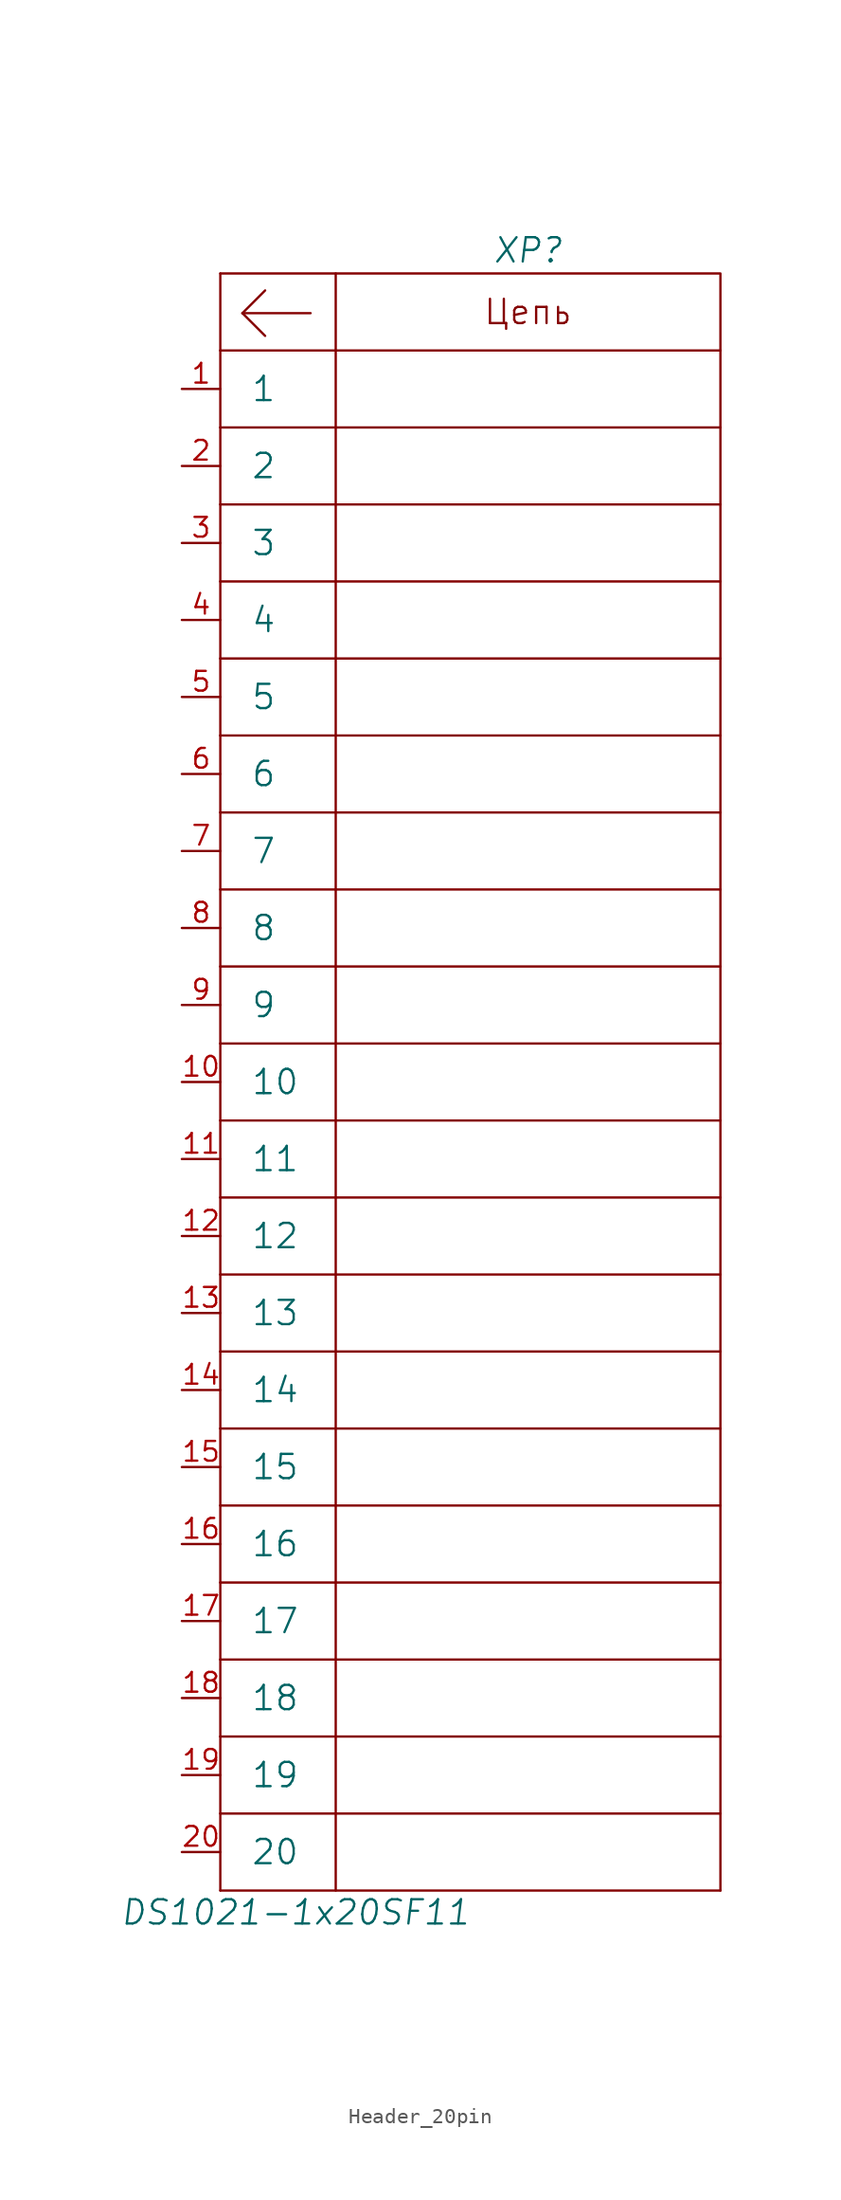
<source format=kicad_sym>
(kicad_symbol_lib
  (version 20231120)
  (generator "kicad_symbol_editor")
  (generator_version "8.0")
  (symbol "Header_20pin"
    (pin_names
      (offset 2))
    (property "Reference" "XP"
      (at 22.86 9.144 0)
      (effects (font (size 1.6 1.6) (italic yes))))
    (property "Value" "DS1021-1x20SF11"
      (at 7.5 -100.5 0)
      (effects (font (size 1.6 1.6) (italic yes))))
    (symbol "Header_20pin_0_1"
      (polyline (pts (xy 2.54 -93.98) (xy 2.54 -99.06)) (stroke (width 0) (type default)) (fill (type none)))
      (polyline (pts (xy 2.54 -88.9) (xy 2.54 -93.98)) (stroke (width 0) (type default)) (fill (type none)))
      (polyline (pts (xy 2.54 -83.82) (xy 2.54 -88.9)) (stroke (width 0) (type default)) (fill (type none)))
      (polyline (pts (xy 2.54 -78.74) (xy 2.54 -83.82)) (stroke (width 0) (type default)) (fill (type none)))
      (polyline (pts (xy 2.54 -73.66) (xy 2.54 -78.74)) (stroke (width 0) (type default)) (fill (type none)))
      (polyline (pts (xy 2.54 -68.58) (xy 2.54 -73.66)) (stroke (width 0) (type default)) (fill (type none)))
      (polyline (pts (xy 2.54 -63.5) (xy 2.54 -68.58)) (stroke (width 0) (type default)) (fill (type none)))
      (polyline (pts (xy 2.54 -58.42) (xy 2.54 -63.5)) (stroke (width 0) (type default)) (fill (type none)))
      (polyline (pts (xy 2.54 -53.34) (xy 2.54 -58.42)) (stroke (width 0) (type default)) (fill (type none)))
      (polyline (pts (xy 2.54 -48.26) (xy 2.54 -53.34)) (stroke (width 0) (type default)) (fill (type none)))
      (polyline (pts (xy 2.54 -43.18) (xy 2.54 -48.26)) (stroke (width 0) (type default)) (fill (type none)))
      (polyline (pts (xy 2.54 -38.1) (xy 2.54 -43.18)) (stroke (width 0) (type default)) (fill (type none)))
      (polyline (pts (xy 2.54 -33.02) (xy 2.54 -38.1)) (stroke (width 0) (type default)) (fill (type none)))
      (polyline (pts (xy 2.54 -27.94) (xy 2.54 -33.02)) (stroke (width 0) (type default)) (fill (type none)))
      (polyline (pts (xy 2.54 -22.86) (xy 2.54 -27.94)) (stroke (width 0) (type default)) (fill (type none)))
      (polyline (pts (xy 2.54 -17.78) (xy 2.54 -22.86)) (stroke (width 0) (type default)) (fill (type none)))
      (polyline (pts (xy 2.54 -12.7) (xy 2.54 -17.78)) (stroke (width 0) (type default)) (fill (type none)))
      (polyline (pts (xy 2.54 -7.62) (xy 2.54 -12.7)) (stroke (width 0) (type default)) (fill (type none)))
      (polyline (pts (xy 2.54 -2.54) (xy 2.54 -7.62)) (stroke (width 0) (type default)) (fill (type none)))
      (polyline (pts (xy 2.54 2.54) (xy 2.54 -2.54)) (stroke (width 0) (type default)) (fill (type none)))
      (polyline (pts (xy 2.54 7.62) (xy 2.54 2.54)) (stroke (width 0) (type default)) (fill (type none)))
      (polyline (pts (xy 2.54 -93.98) (xy 10.16 -93.98) (xy 10.16 -99.06)) (stroke (width 0) (type default)) (fill (type none)))
      (polyline (pts (xy 2.54 -88.9) (xy 10.16 -88.9) (xy 10.16 -93.98)) (stroke (width 0) (type default)) (fill (type none)))
      (polyline (pts (xy 2.54 -83.82) (xy 10.16 -83.82) (xy 10.16 -88.9)) (stroke (width 0) (type default)) (fill (type none)))
      (polyline (pts (xy 2.54 -78.74) (xy 10.16 -78.74) (xy 10.16 -83.82)) (stroke (width 0) (type default)) (fill (type none)))
      (polyline (pts (xy 2.54 -73.66) (xy 10.16 -73.66) (xy 10.16 -78.74)) (stroke (width 0) (type default)) (fill (type none)))
      (polyline (pts (xy 2.54 -68.58) (xy 10.16 -68.58) (xy 10.16 -73.66)) (stroke (width 0) (type default)) (fill (type none)))
      (polyline (pts (xy 2.54 -63.5) (xy 10.16 -63.5) (xy 10.16 -68.58)) (stroke (width 0) (type default)) (fill (type none)))
      (polyline (pts (xy 2.54 -58.42) (xy 10.16 -58.42) (xy 10.16 -63.5)) (stroke (width 0) (type default)) (fill (type none)))
      (polyline (pts (xy 2.54 -53.34) (xy 10.16 -53.34) (xy 10.16 -58.42)) (stroke (width 0) (type default)) (fill (type none)))
      (polyline (pts (xy 2.54 -48.26) (xy 10.16 -48.26) (xy 10.16 -53.34)) (stroke (width 0) (type default)) (fill (type none)))
      (polyline (pts (xy 2.54 -43.18) (xy 10.16 -43.18) (xy 10.16 -48.26)) (stroke (width 0) (type default)) (fill (type none)))
      (polyline (pts (xy 2.54 -38.1) (xy 10.16 -38.1) (xy 10.16 -43.18)) (stroke (width 0) (type default)) (fill (type none)))
      (polyline (pts (xy 2.54 -33.02) (xy 10.16 -33.02) (xy 10.16 -38.1)) (stroke (width 0) (type default)) (fill (type none)))
      (polyline (pts (xy 2.54 -27.94) (xy 10.16 -27.94) (xy 10.16 -33.02)) (stroke (width 0) (type default)) (fill (type none)))
      (polyline (pts (xy 2.54 -22.86) (xy 10.16 -22.86) (xy 10.16 -27.94)) (stroke (width 0) (type default)) (fill (type none)))
      (polyline (pts (xy 2.54 -17.78) (xy 10.16 -17.78) (xy 10.16 -22.86)) (stroke (width 0) (type default)) (fill (type none)))
      (polyline (pts (xy 2.54 -12.7) (xy 10.16 -12.7) (xy 10.16 -17.78)) (stroke (width 0) (type default)) (fill (type none)))
      (polyline (pts (xy 2.54 -7.62) (xy 10.16 -7.62) (xy 10.16 -12.7)) (stroke (width 0) (type default)) (fill (type none)))
      (polyline (pts (xy 2.54 -2.54) (xy 10.16 -2.54) (xy 10.16 -7.62)) (stroke (width 0) (type default)) (fill (type none)))
      (polyline (pts (xy 2.54 2.54) (xy 10.16 2.54) (xy 10.16 -2.54)) (stroke (width 0) (type default)) (fill (type none)))
      (polyline (pts (xy 2.54 7.62) (xy 10.16 7.62) (xy 10.16 2.54)) (stroke (width 0) (type default)) (fill (type none)))
      (polyline (pts (xy 10.16 -93.98) (xy 35.56 -93.98) (xy 35.56 -99.06)) (stroke (width 0) (type default)) (fill (type none)))
      (polyline (pts (xy 10.16 -88.9) (xy 35.56 -88.9) (xy 35.56 -93.98)) (stroke (width 0) (type default)) (fill (type none)))
      (polyline (pts (xy 10.16 -83.82) (xy 35.56 -83.82) (xy 35.56 -88.9)) (stroke (width 0) (type default)) (fill (type none)))
      (polyline (pts (xy 10.16 -78.74) (xy 35.56 -78.74) (xy 35.56 -83.82)) (stroke (width 0) (type default)) (fill (type none)))
      (polyline (pts (xy 10.16 -73.66) (xy 35.56 -73.66) (xy 35.56 -78.74)) (stroke (width 0) (type default)) (fill (type none)))
      (polyline (pts (xy 10.16 -68.58) (xy 35.56 -68.58) (xy 35.56 -73.66)) (stroke (width 0) (type default)) (fill (type none)))
      (polyline (pts (xy 10.16 -63.5) (xy 35.56 -63.5) (xy 35.56 -68.58)) (stroke (width 0) (type default)) (fill (type none)))
      (polyline (pts (xy 10.16 -58.42) (xy 35.56 -58.42) (xy 35.56 -63.5)) (stroke (width 0) (type default)) (fill (type none)))
      (polyline (pts (xy 10.16 -53.34) (xy 35.56 -53.34) (xy 35.56 -58.42)) (stroke (width 0) (type default)) (fill (type none)))
      (polyline (pts (xy 10.16 -48.26) (xy 35.56 -48.26) (xy 35.56 -53.34)) (stroke (width 0) (type default)) (fill (type none)))
      (polyline (pts (xy 10.16 -43.18) (xy 35.56 -43.18) (xy 35.56 -48.26)) (stroke (width 0) (type default)) (fill (type none)))
      (polyline (pts (xy 10.16 -38.1) (xy 35.56 -38.1) (xy 35.56 -43.18)) (stroke (width 0) (type default)) (fill (type none)))
      (polyline (pts (xy 10.16 -33.02) (xy 35.56 -33.02) (xy 35.56 -38.1)) (stroke (width 0) (type default)) (fill (type none)))
      (polyline (pts (xy 10.16 -27.94) (xy 35.56 -27.94) (xy 35.56 -33.02)) (stroke (width 0) (type default)) (fill (type none)))
      (polyline (pts (xy 10.16 -22.86) (xy 35.56 -22.86) (xy 35.56 -27.94)) (stroke (width 0) (type default)) (fill (type none)))
      (polyline (pts (xy 10.16 -17.78) (xy 35.56 -17.78) (xy 35.56 -22.86)) (stroke (width 0) (type default)) (fill (type none)))
      (polyline (pts (xy 10.16 -12.7) (xy 35.56 -12.7) (xy 35.56 -17.78)) (stroke (width 0) (type default)) (fill (type none)))
      (polyline (pts (xy 10.16 -7.62) (xy 35.56 -7.62) (xy 35.56 -12.7)) (stroke (width 0) (type default)) (fill (type none)))
      (polyline (pts (xy 10.16 -2.54) (xy 35.56 -2.54) (xy 35.56 -7.62)) (stroke (width 0) (type default)) (fill (type none)))
      (polyline (pts (xy 10.16 2.54) (xy 35.56 2.54) (xy 35.56 -2.54)) (stroke (width 0) (type default)) (fill (type none)))
      (polyline (pts (xy 10.16 7.62) (xy 35.56 7.62) (xy 35.56 2.54)) (stroke (width 0) (type default)) (fill (type none))))
    (symbol "Header_20pin_1_1"
      (polyline (pts (xy 2.54 -99.06) (xy 35.56 -99.06)) (stroke (width 0) (type default)) (fill (type none)))
      (polyline (pts (xy 4 5) (xy 5.5 3.5)) (stroke (width 0) (type default)) (fill (type none)))
      (polyline (pts (xy 4 5) (xy 5.5 6.5)) (stroke (width 0) (type default)) (fill (type none)))
      (polyline (pts (xy 4 5) (xy 8.5 5)) (stroke (width 0) (type default)) (fill (type none)))
      (text "Цепь" (at 22.86 5.08 0) (effects (font (size 1.6 1.6))))
      (pin passive line (at 0 0 0) (length 2.54) (name "1" (effects (font (size 1.6 1.6)))) (number "1" (effects (font (size 1.3 1.3)))))
      (pin passive line (at 0 -45.72 0) (length 2.54) (name "10" (effects (font (size 1.6 1.6)))) (number "10" (effects (font (size 1.3 1.3)))))
      (pin passive line (at 0 -50.8 0) (length 2.54) (name "11" (effects (font (size 1.6 1.6)))) (number "11" (effects (font (size 1.3 1.3)))))
      (pin passive line (at 0 -55.88 0) (length 2.54) (name "12" (effects (font (size 1.6 1.6)))) (number "12" (effects (font (size 1.3 1.3)))))
      (pin passive line (at 0 -60.96 0) (length 2.54) (name "13" (effects (font (size 1.6 1.6)))) (number "13" (effects (font (size 1.3 1.3)))))
      (pin passive line (at 0 -66.04 0) (length 2.54) (name "14" (effects (font (size 1.6 1.6)))) (number "14" (effects (font (size 1.3 1.3)))))
      (pin passive line (at 0 -71.12 0) (length 2.54) (name "15" (effects (font (size 1.6 1.6)))) (number "15" (effects (font (size 1.3 1.3)))))
      (pin passive line (at 0 -76.2 0) (length 2.54) (name "16" (effects (font (size 1.6 1.6)))) (number "16" (effects (font (size 1.3 1.3)))))
      (pin passive line (at 0 -81.28 0) (length 2.54) (name "17" (effects (font (size 1.6 1.6)))) (number "17" (effects (font (size 1.3 1.3)))))
      (pin passive line (at 0 -86.36 0) (length 2.54) (name "18" (effects (font (size 1.6 1.6)))) (number "18" (effects (font (size 1.3 1.3)))))
      (pin passive line (at 0 -91.44 0) (length 2.54) (name "19" (effects (font (size 1.6 1.6)))) (number "19" (effects (font (size 1.3 1.3)))))
      (pin passive line (at 0 -5.08 0) (length 2.54) (name "2" (effects (font (size 1.6 1.6)))) (number "2" (effects (font (size 1.3 1.3)))))
      (pin passive line (at 0 -96.52 0) (length 2.54) (name "20" (effects (font (size 1.6 1.6)))) (number "20" (effects (font (size 1.3 1.3)))))
      (pin passive line (at 0 -10.16 0) (length 2.54) (name "3" (effects (font (size 1.6 1.6)))) (number "3" (effects (font (size 1.3 1.3)))))
      (pin passive line (at 0 -15.24 0) (length 2.54) (name "4" (effects (font (size 1.6 1.6)))) (number "4" (effects (font (size 1.3 1.3)))))
      (pin passive line (at 0 -20.32 0) (length 2.54) (name "5" (effects (font (size 1.6 1.6)))) (number "5" (effects (font (size 1.3 1.3)))))
      (pin passive line (at 0 -25.4 0) (length 2.54) (name "6" (effects (font (size 1.6 1.6)))) (number "6" (effects (font (size 1.3 1.3)))))
      (pin passive line (at 0 -30.48 0) (length 2.54) (name "7" (effects (font (size 1.6 1.6)))) (number "7" (effects (font (size 1.3 1.3)))))
      (pin passive line (at 0 -35.56 0) (length 2.54) (name "8" (effects (font (size 1.6 1.6)))) (number "8" (effects (font (size 1.3 1.3)))))
      (pin passive line (at 0 -40.64 0) (length 2.54) (name "9" (effects (font (size 1.6 1.6)))) (number "9" (effects (font (size 1.3 1.3))))))))
</source>
